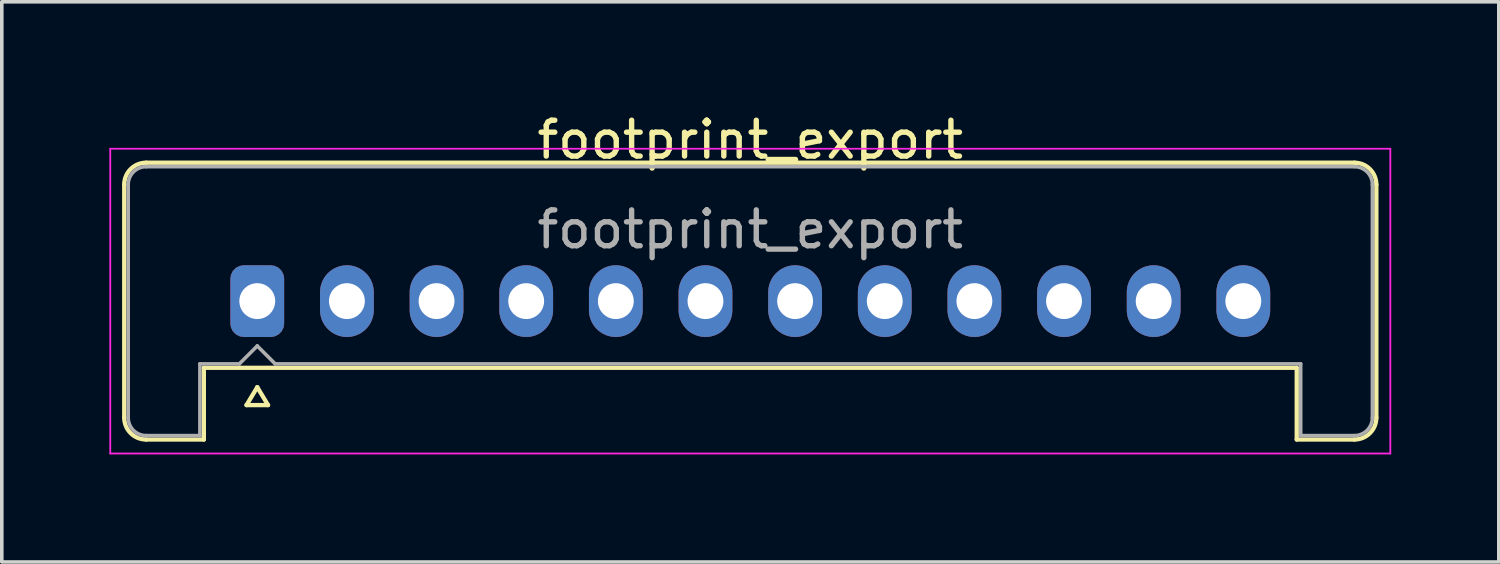
<source format=kicad_pcb>
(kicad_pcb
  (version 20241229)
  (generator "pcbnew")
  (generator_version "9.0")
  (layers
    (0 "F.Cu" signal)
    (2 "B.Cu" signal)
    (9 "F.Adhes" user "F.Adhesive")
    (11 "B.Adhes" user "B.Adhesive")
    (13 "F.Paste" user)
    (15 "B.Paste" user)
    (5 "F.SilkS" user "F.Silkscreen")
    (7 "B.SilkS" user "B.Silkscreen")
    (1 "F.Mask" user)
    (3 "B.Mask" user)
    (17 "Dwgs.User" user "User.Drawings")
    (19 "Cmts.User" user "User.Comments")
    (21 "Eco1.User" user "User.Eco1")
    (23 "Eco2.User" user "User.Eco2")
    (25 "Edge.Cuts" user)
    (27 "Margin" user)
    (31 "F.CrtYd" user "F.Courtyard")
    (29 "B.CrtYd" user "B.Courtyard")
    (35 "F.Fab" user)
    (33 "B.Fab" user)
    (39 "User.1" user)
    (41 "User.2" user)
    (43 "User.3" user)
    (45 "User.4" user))
  (footprint "footprint_export"
    (layer "F.Cu")
    (at 4.125 5.348)
    (property "Reference" "footprint_export" (at 13.75 -4.5 0) (layer "F.SilkS") (effects (font (size 1 1) (thickness 0.15))))
    (attr through_hole)
    (fp_line (start -3.71 -3.25) (end -3.71 3.25) (stroke (width 0.12) (type solid)) (layer "F.SilkS"))
    (fp_line (start -3.1 -3.86) (end 30.6 -3.86) (stroke (width 0.12) (type solid)) (layer "F.SilkS"))
    (fp_line (start -3.1 3.86) (end -1.49 3.86) (stroke (width 0.12) (type solid)) (layer "F.SilkS"))
    (fp_line (start -1.49 1.86) (end 28.99 1.86) (stroke (width 0.12) (type solid)) (layer "F.SilkS"))
    (fp_line (start -1.49 3.86) (end -1.49 1.86) (stroke (width 0.12) (type solid)) (layer "F.SilkS"))
    (fp_line (start -0.3 2.9) (end 0.3 2.9) (stroke (width 0.12) (type solid)) (layer "F.SilkS"))
    (fp_line (start 0 2.4) (end -0.3 2.9) (stroke (width 0.12) (type solid)) (layer "F.SilkS"))
    (fp_line (start 0.3 2.9) (end 0 2.4) (stroke (width 0.12) (type solid)) (layer "F.SilkS"))
    (fp_line (start 28.99 3.86) (end 28.99 1.86) (stroke (width 0.12) (type solid)) (layer "F.SilkS"))
    (fp_line (start 30.6 3.86) (end 28.99 3.86) (stroke (width 0.12) (type solid)) (layer "F.SilkS"))
    (fp_line (start 31.21 -3.25) (end 31.21 3.25) (stroke (width 0.12) (type solid)) (layer "F.SilkS"))
    (fp_arc (start -3.71 -3.25) (mid -3.531335 -3.681335) (end -3.1 -3.86) (stroke (width 0.12) (type solid)) (layer "F.SilkS"))
    (fp_arc (start -3.1 3.86) (mid -3.531335 3.681335) (end -3.71 3.25) (stroke (width 0.12) (type solid)) (layer "F.SilkS"))
    (fp_arc (start 30.6 -3.86) (mid 31.031335 -3.681335) (end 31.21 -3.25) (stroke (width 0.12) (type solid)) (layer "F.SilkS"))
    (fp_arc (start 31.21 3.25) (mid 31.031335 3.681335) (end 30.6 3.86) (stroke (width 0.12) (type solid)) (layer "F.SilkS"))
    (fp_line (start -4.1 -4.25) (end -4.1 4.25) (stroke (width 0.05) (type solid)) (layer "F.CrtYd"))
    (fp_line (start -4.1 4.25) (end 31.6 4.25) (stroke (width 0.05) (type solid)) (layer "F.CrtYd"))
    (fp_line (start 31.6 -4.25) (end -4.1 -4.25) (stroke (width 0.05) (type solid)) (layer "F.CrtYd"))
    (fp_line (start 31.6 4.25) (end 31.6 -4.25) (stroke (width 0.05) (type solid)) (layer "F.CrtYd"))
    (fp_line (start -3.6 -3.25) (end -3.6 3.25) (stroke (width 0.1) (type solid)) (layer "F.Fab"))
    (fp_line (start -3.1 -3.75) (end 30.6 -3.75) (stroke (width 0.1) (type solid)) (layer "F.Fab"))
    (fp_line (start -3.1 3.75) (end -1.6 3.75) (stroke (width 0.1) (type solid)) (layer "F.Fab"))
    (fp_line (start -1.6 1.75) (end -0.5 1.75) (stroke (width 0.1) (type solid)) (layer "F.Fab"))
    (fp_line (start -1.6 3.75) (end -1.6 1.75) (stroke (width 0.1) (type solid)) (layer "F.Fab"))
    (fp_line (start -0.5 1.75) (end 0 1.25) (stroke (width 0.1) (type solid)) (layer "F.Fab"))
    (fp_line (start 0 1.25) (end 0.5 1.75) (stroke (width 0.1) (type solid)) (layer "F.Fab"))
    (fp_line (start 0.5 1.75) (end 29.1 1.75) (stroke (width 0.1) (type solid)) (layer "F.Fab"))
    (fp_line (start 29.1 3.75) (end 29.1 1.75) (stroke (width 0.1) (type solid)) (layer "F.Fab"))
    (fp_line (start 30.6 3.75) (end 29.1 3.75) (stroke (width 0.1) (type solid)) (layer "F.Fab"))
    (fp_line (start 31.1 -3.25) (end 31.1 3.25) (stroke (width 0.1) (type solid)) (layer "F.Fab"))
    (fp_arc (start -3.6 -3.25) (mid -3.453553 -3.603553) (end -3.1 -3.75) (stroke (width 0.1) (type solid)) (layer "F.Fab"))
    (fp_arc (start -3.1 3.75) (mid -3.453553 3.603553) (end -3.6 3.25) (stroke (width 0.1) (type solid)) (layer "F.Fab"))
    (fp_arc (start 30.6 -3.75) (mid 30.953553 -3.603553) (end 31.1 -3.25) (stroke (width 0.1) (type solid)) (layer "F.Fab"))
    (fp_arc (start 31.1 3.25) (mid 30.953553 3.603553) (end 30.6 3.75) (stroke (width 0.1) (type solid)) (layer "F.Fab"))
    (fp_text user "${REFERENCE}" (at 13.75 -2 0) (layer "F.Fab") (effects (font (size 1 1) (thickness 0.15))))
    (pad "1" thru_hole roundrect (at 0 0) (size 1.5 2) (drill 1) (layers "*.Cu" "*.Mask") (roundrect_rratio 0.25))
    (pad "2" thru_hole oval (at 2.5 0) (size 1.5 2) (drill 1) (layers "*.Cu" "*.Mask"))
    (pad "3" thru_hole oval (at 5 0) (size 1.5 2) (drill 1) (layers "*.Cu" "*.Mask"))
    (pad "4" thru_hole oval (at 7.5 0) (size 1.5 2) (drill 1) (layers "*.Cu" "*.Mask"))
    (pad "5" thru_hole oval (at 10 0) (size 1.5 2) (drill 1) (layers "*.Cu" "*.Mask"))
    (pad "6" thru_hole oval (at 12.5 0) (size 1.5 2) (drill 1) (layers "*.Cu" "*.Mask"))
    (pad "7" thru_hole oval (at 15 0) (size 1.5 2) (drill 1) (layers "*.Cu" "*.Mask"))
    (pad "8" thru_hole oval (at 17.5 0) (size 1.5 2) (drill 1) (layers "*.Cu" "*.Mask"))
    (pad "9" thru_hole oval (at 20 0) (size 1.5 2) (drill 1) (layers "*.Cu" "*.Mask"))
    (pad "10" thru_hole oval (at 22.5 0) (size 1.5 2) (drill 1) (layers "*.Cu" "*.Mask"))
    (pad "11" thru_hole oval (at 25 0) (size 1.5 2) (drill 1) (layers "*.Cu" "*.Mask"))
    (pad "12" thru_hole oval (at 27.5 0) (size 1.5 2) (drill 1) (layers "*.Cu" "*.Mask")))
  (gr_rect
    (start -3 -3)
    (end 38.75 12.623)
    (stroke (width 0.1) (type default))
    (fill no)
    (layer "Edge.Cuts")))
</source>
